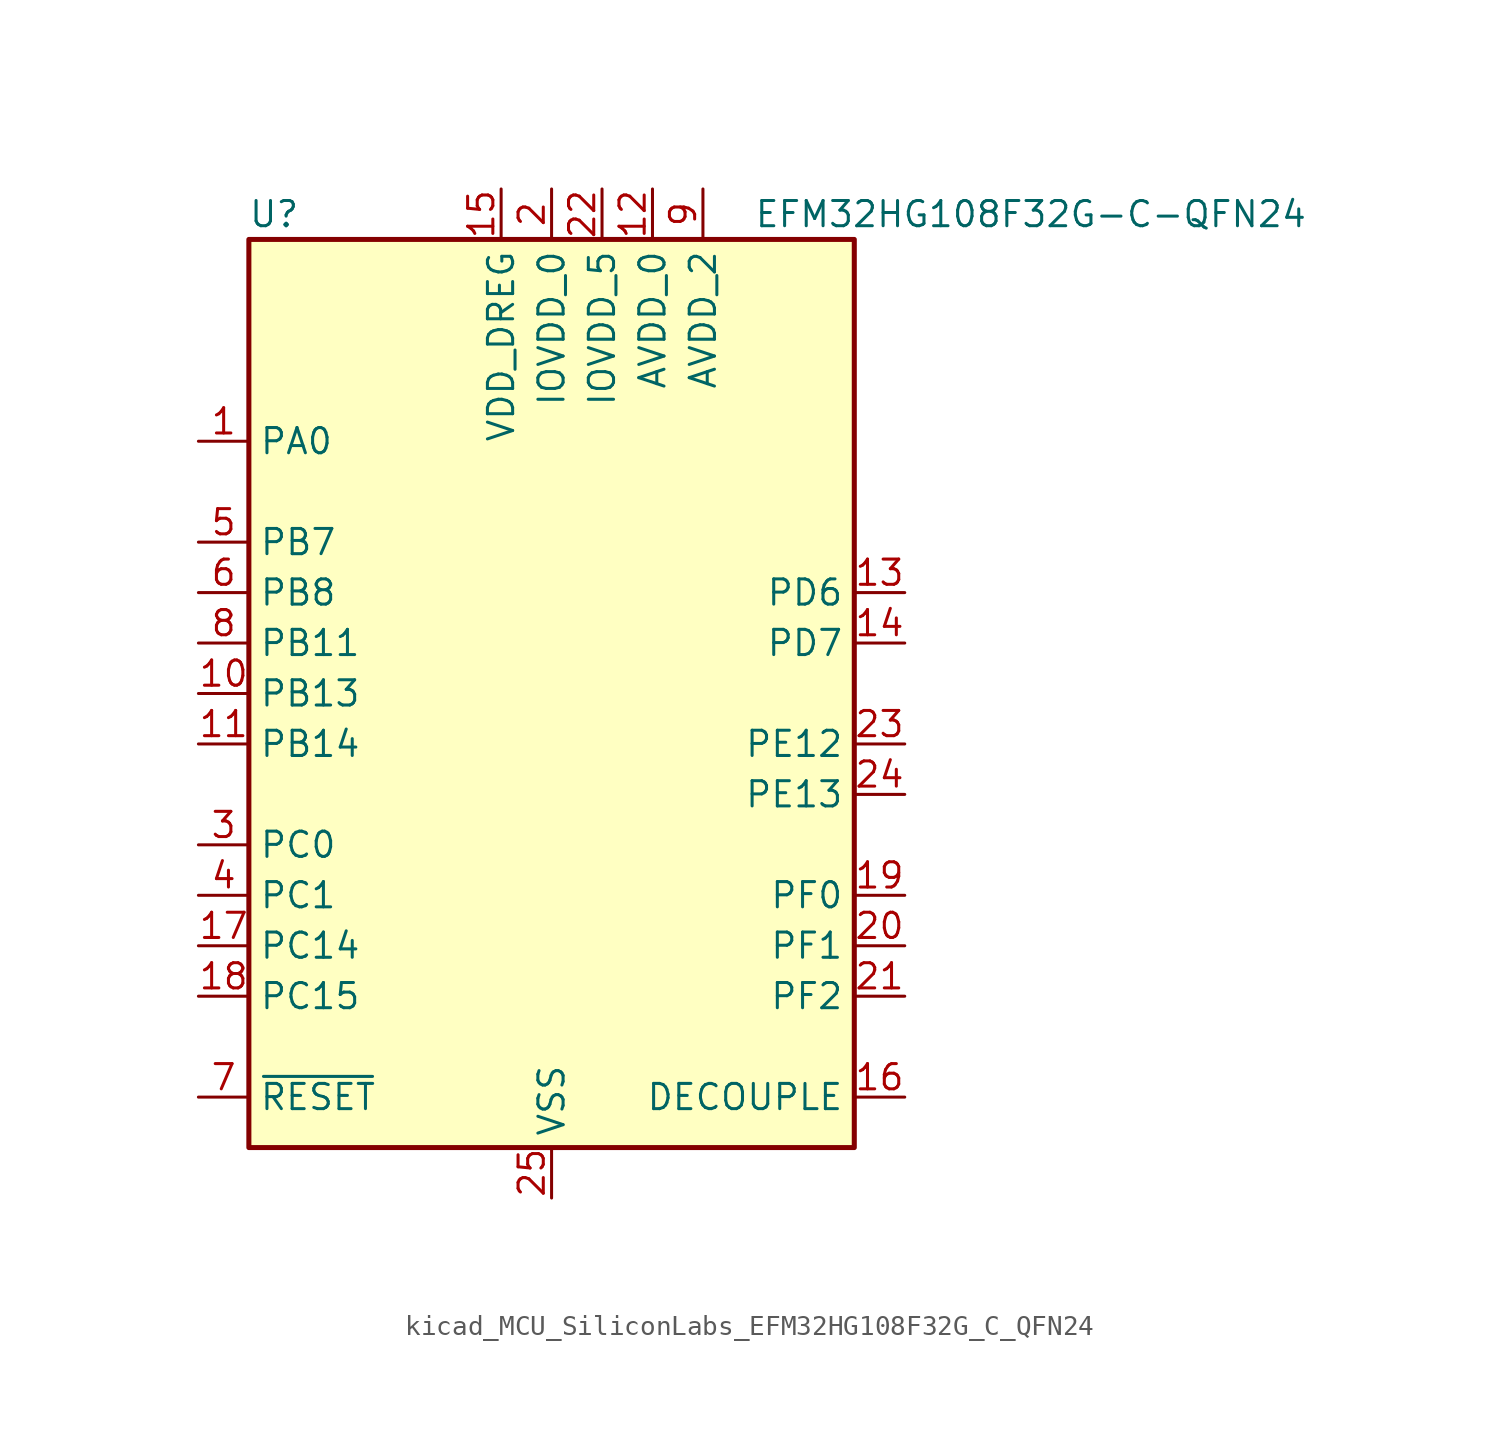
<source format=kicad_sym>
(kicad_symbol_lib
  (version 20220914)
  (generator kicad_symbol_editor)
  (symbol "kicad_MCU_SiliconLabs_EFM32HG108F32G_C_QFN24"
    (property "Reference" "U"
      (at -13.97 24.13 0)
      (effects (font (size 1.27 1.27))))
    (property "Value" "EFM32HG108F32G-C-QFN24"
      (at 24.13 24.13 0)
      (effects (font (size 1.27 1.27))))
    (symbol "kicad_MCU_SiliconLabs_EFM32HG108F32G_C_QFN24_0_1"
      (rectangle (start -15.24 22.86) (end 15.24 -22.86) (stroke (width 0.254) (type default)) (fill (type background))))
    (symbol "kicad_MCU_SiliconLabs_EFM32HG108F32G_C_QFN24_1_1"
      (pin bidirectional line (at -17.78 12.7 0) (length 2.54) (name "PA0" (effects (font (size 1.27 1.27)))) (number "1" (effects (font (size 1.27 1.27)))))
      (pin bidirectional line (at -17.78 0 0) (length 2.54) (name "PB13" (effects (font (size 1.27 1.27)))) (number "10" (effects (font (size 1.27 1.27)))))
      (pin bidirectional line (at -17.78 -2.54 0) (length 2.54) (name "PB14" (effects (font (size 1.27 1.27)))) (number "11" (effects (font (size 1.27 1.27)))))
      (pin power_in line (at 5.08 25.4 270) (length 2.54) (name "AVDD_0" (effects (font (size 1.27 1.27)))) (number "12" (effects (font (size 1.27 1.27)))))
      (pin bidirectional line (at 17.78 5.08 180) (length 2.54) (name "PD6" (effects (font (size 1.27 1.27)))) (number "13" (effects (font (size 1.27 1.27)))))
      (pin bidirectional line (at 17.78 2.54 180) (length 2.54) (name "PD7" (effects (font (size 1.27 1.27)))) (number "14" (effects (font (size 1.27 1.27)))))
      (pin power_in line (at -2.54 25.4 270) (length 2.54) (name "VDD_DREG" (effects (font (size 1.27 1.27)))) (number "15" (effects (font (size 1.27 1.27)))))
      (pin passive line (at 17.78 -20.32 180) (length 2.54) (name "DECOUPLE" (effects (font (size 1.27 1.27)))) (number "16" (effects (font (size 1.27 1.27)))))
      (pin bidirectional line (at -17.78 -12.7 0) (length 2.54) (name "PC14" (effects (font (size 1.27 1.27)))) (number "17" (effects (font (size 1.27 1.27)))))
      (pin bidirectional line (at -17.78 -15.24 0) (length 2.54) (name "PC15" (effects (font (size 1.27 1.27)))) (number "18" (effects (font (size 1.27 1.27)))))
      (pin bidirectional line (at 17.78 -10.16 180) (length 2.54) (name "PF0" (effects (font (size 1.27 1.27)))) (number "19" (effects (font (size 1.27 1.27)))))
      (pin power_in line (at 0 25.4 270) (length 2.54) (name "IOVDD_0" (effects (font (size 1.27 1.27)))) (number "2" (effects (font (size 1.27 1.27)))))
      (pin bidirectional line (at 17.78 -12.7 180) (length 2.54) (name "PF1" (effects (font (size 1.27 1.27)))) (number "20" (effects (font (size 1.27 1.27)))))
      (pin bidirectional line (at 17.78 -15.24 180) (length 2.54) (name "PF2" (effects (font (size 1.27 1.27)))) (number "21" (effects (font (size 1.27 1.27)))))
      (pin power_in line (at 2.54 25.4 270) (length 2.54) (name "IOVDD_5" (effects (font (size 1.27 1.27)))) (number "22" (effects (font (size 1.27 1.27)))))
      (pin bidirectional line (at 17.78 -2.54 180) (length 2.54) (name "PE12" (effects (font (size 1.27 1.27)))) (number "23" (effects (font (size 1.27 1.27)))))
      (pin bidirectional line (at 17.78 -5.08 180) (length 2.54) (name "PE13" (effects (font (size 1.27 1.27)))) (number "24" (effects (font (size 1.27 1.27)))))
      (pin power_in line (at 0 -25.4 90) (length 2.54) (name "VSS" (effects (font (size 1.27 1.27)))) (number "25" (effects (font (size 1.27 1.27)))))
      (pin bidirectional line (at -17.78 -7.62 0) (length 2.54) (name "PC0" (effects (font (size 1.27 1.27)))) (number "3" (effects (font (size 1.27 1.27)))))
      (pin bidirectional line (at -17.78 -10.16 0) (length 2.54) (name "PC1" (effects (font (size 1.27 1.27)))) (number "4" (effects (font (size 1.27 1.27)))))
      (pin bidirectional line (at -17.78 7.62 0) (length 2.54) (name "PB7" (effects (font (size 1.27 1.27)))) (number "5" (effects (font (size 1.27 1.27)))))
      (pin bidirectional line (at -17.78 5.08 0) (length 2.54) (name "PB8" (effects (font (size 1.27 1.27)))) (number "6" (effects (font (size 1.27 1.27)))))
      (pin input line (at -17.78 -20.32 0) (length 2.54) (name "~{RESET}" (effects (font (size 1.27 1.27)))) (number "7" (effects (font (size 1.27 1.27)))))
      (pin bidirectional line (at -17.78 2.54 0) (length 2.54) (name "PB11" (effects (font (size 1.27 1.27)))) (number "8" (effects (font (size 1.27 1.27)))))
      (pin power_in line (at 7.62 25.4 270) (length 2.54) (name "AVDD_2" (effects (font (size 1.27 1.27)))) (number "9" (effects (font (size 1.27 1.27))))))))
</source>
